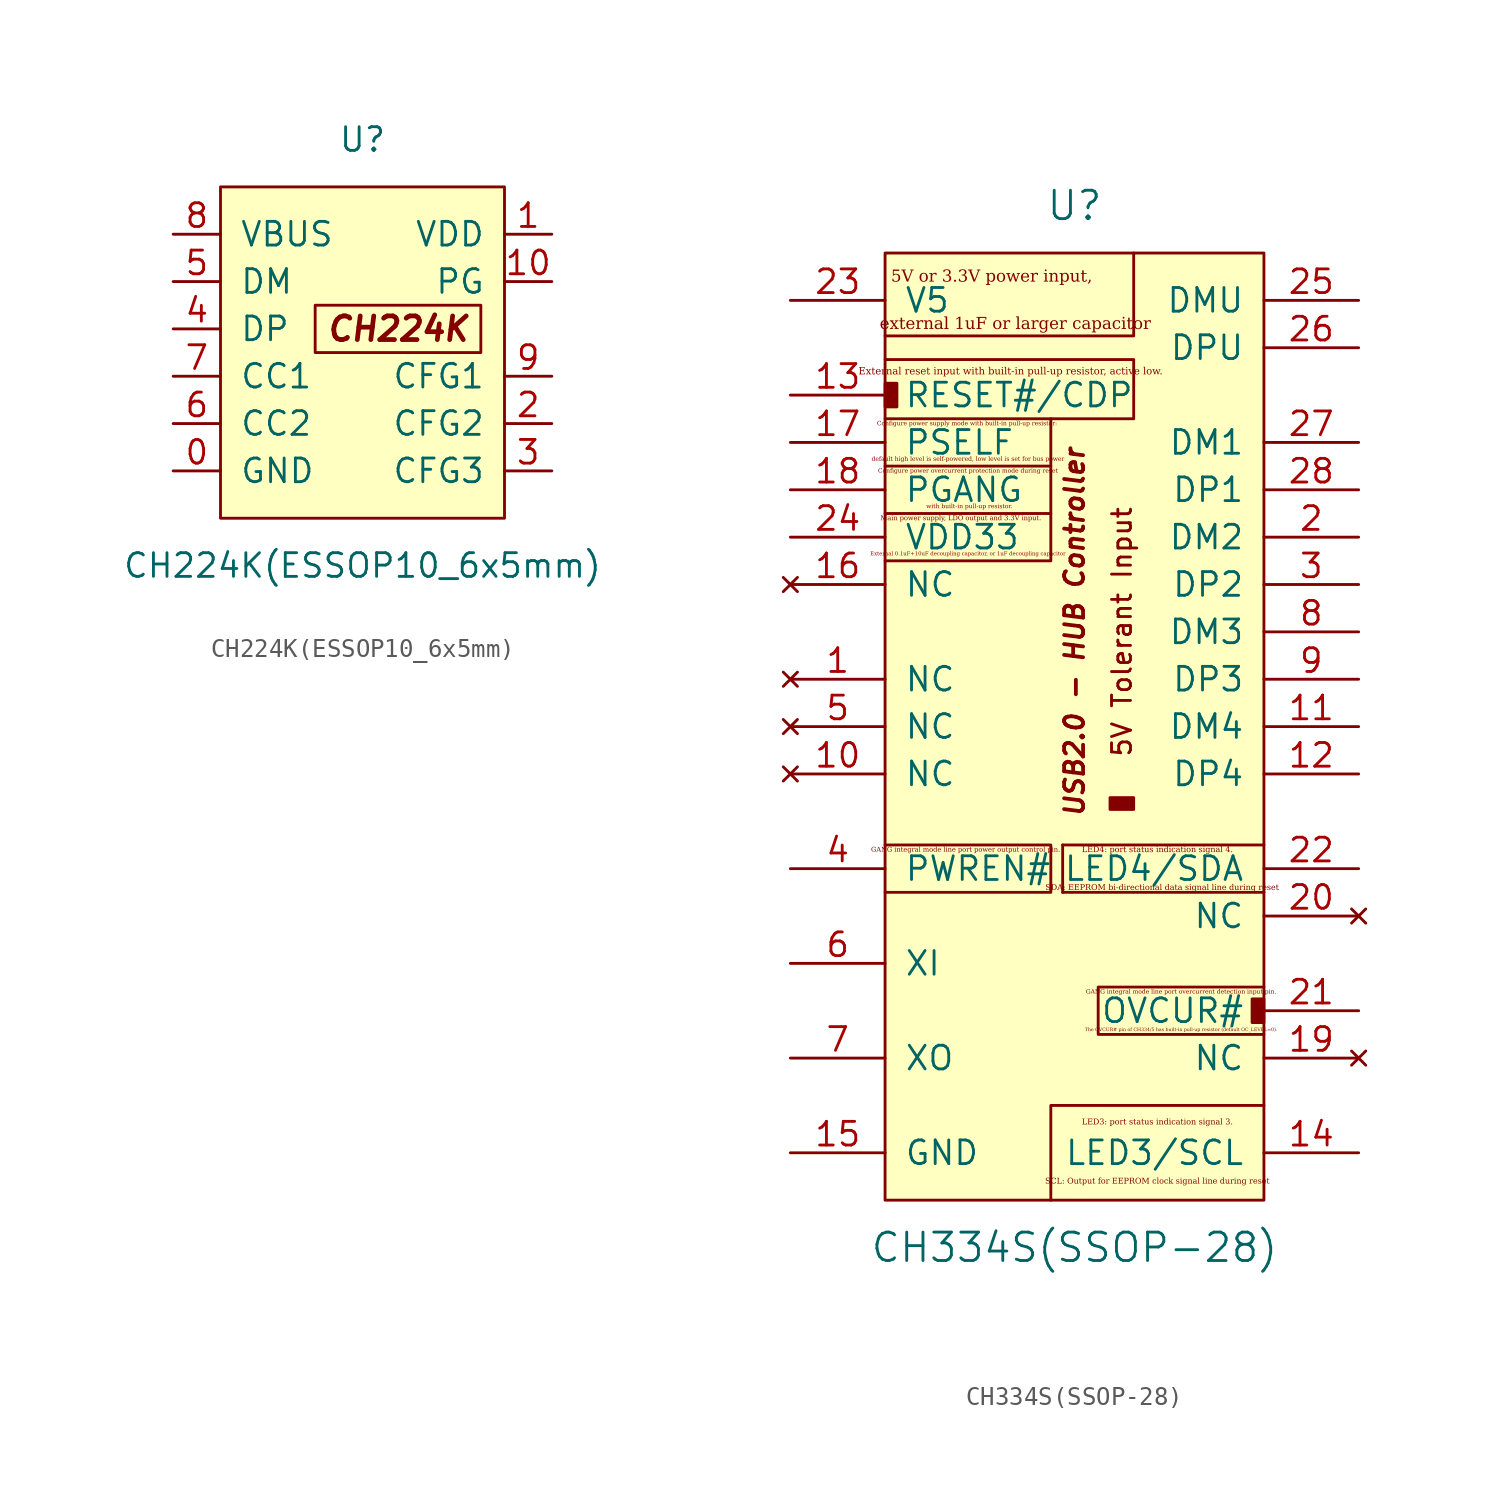
<source format=kicad_sym>
(kicad_symbol_lib
  (version 20220914)
  (generator kicad_symbol_editor)
  (symbol "CH224K(ESSOP10_6x5mm)"
    (pin_names
      (offset 1.016))
    (property "Reference" "U"
      (at 0 10.16 0)
      (effects (font (size 1.27 1.27))))
    (property "Value" "CH224K(ESSOP10_6x5mm)"
      (at 0 -12.7 0)
      (effects (font (size 1.27 1.27))))
    (symbol "CH224K(ESSOP10_6x5mm)_0_0"
      (rectangle (start -2.54 1.27) (end 6.35 -1.27) (stroke (width 0) (type solid)) (fill (type none)))
      (text "CH224K" (at 1.905 0 0) (effects (font (size 1.27 1.27) bold italic))))
    (symbol "CH224K(ESSOP10_6x5mm)_0_1"
      (rectangle (start -7.62 7.62) (end 7.62 -10.16) (stroke (width 0) (type solid)) (fill (type background))))
    (symbol "CH224K(ESSOP10_6x5mm)_1_1"
      (pin power_in line (at -10.16 -7.62 0) (length 2.54) (name "GND" (effects (font (size 1.27 1.27)))) (number "0" (effects (font (size 1.27 1.27)))))
      (pin power_in line (at 10.16 5.08 180) (length 2.54) (name "VDD" (effects (font (size 1.27 1.27)))) (number "1" (effects (font (size 1.27 1.27)))))
      (pin open_collector line (at 10.16 2.54 180) (length 2.54) (name "PG" (effects (font (size 1.27 1.27)))) (number "10" (effects (font (size 1.27 1.27)))))
      (pin input line (at 10.16 -5.08 180) (length 2.54) (name "CFG2" (effects (font (size 1.27 1.27)))) (number "2" (effects (font (size 1.27 1.27)))))
      (pin input line (at 10.16 -7.62 180) (length 2.54) (name "CFG3" (effects (font (size 1.27 1.27)))) (number "3" (effects (font (size 1.27 1.27)))))
      (pin bidirectional line (at -10.16 0 0) (length 2.54) (name "DP" (effects (font (size 1.27 1.27)))) (number "4" (effects (font (size 1.27 1.27)))))
      (pin bidirectional line (at -10.16 2.54 0) (length 2.54) (name "DM" (effects (font (size 1.27 1.27)))) (number "5" (effects (font (size 1.27 1.27)))))
      (pin bidirectional line (at -10.16 -5.08 0) (length 2.54) (name "CC2" (effects (font (size 1.27 1.27)))) (number "6" (effects (font (size 1.27 1.27)))))
      (pin bidirectional line (at -10.16 -2.54 0) (length 2.54) (name "CC1" (effects (font (size 1.27 1.27)))) (number "7" (effects (font (size 1.27 1.27)))))
      (pin input line (at -10.16 5.08 0) (length 2.54) (name "VBUS" (effects (font (size 1.27 1.27)))) (number "8" (effects (font (size 1.27 1.27)))))
      (pin input line (at 10.16 -2.54 180) (length 2.54) (name "CFG1" (effects (font (size 1.27 1.27)))) (number "9" (effects (font (size 1.27 1.27)))))))
  (symbol "CH334S(SSOP-28)"
    (pin_names
      (offset 1.016))
    (property "Reference" "U"
      (at 0 27.94 0)
      (effects (font (size 1.524 1.524))))
    (property "Value" "CH334S(SSOP-28)"
      (at 0 -27.94 0)
      (effects (font (size 1.524 1.524))))
    (symbol "CH334S(SSOP-28)_0_0"
      (rectangle (start -10.16 18.415) (end -9.525 17.145) (stroke (width 0) (type solid)) (fill (type outline)))
      (polyline (pts (xy -1.27 13.97) (xy -1.27 11.43)) (stroke (width 0) (type solid)) (fill (type none)))
      (polyline (pts (xy -0.635 -6.35) (xy -0.635 -8.89)) (stroke (width 0) (type solid)) (fill (type none)))
      (polyline (pts (xy 10.16 -8.89) (xy -0.635 -8.89)) (stroke (width 0) (type solid)) (fill (type none)))
      (polyline (pts (xy 10.16 -6.35) (xy -0.635 -6.35)) (stroke (width 0) (type solid)) (fill (type none)))
      (polyline (pts (xy -10.16 13.97) (xy -1.27 13.97) (xy -1.27 16.51)) (stroke (width 0) (type solid)) (fill (type none)))
      (polyline (pts (xy -10.16 20.955) (xy 3.175 20.955) (xy 3.175 25.4)) (stroke (width 0) (type solid)) (fill (type none)))
      (polyline (pts (xy 10.16 -20.32) (xy -1.27 -20.32) (xy -1.27 -25.4)) (stroke (width 0) (type solid)) (fill (type none)))
      (polyline (pts (xy -10.16 -8.89) (xy -1.27 -8.89) (xy -1.27 -6.35) (xy -10.16 -6.35)) (stroke (width 0) (type solid)) (fill (type none)))
      (polyline (pts (xy -10.16 8.89) (xy -1.27 8.89) (xy -1.27 11.43) (xy -10.16 11.43)) (stroke (width 0) (type solid)) (fill (type none)))
      (polyline (pts (xy -10.16 19.685) (xy 3.175 19.685) (xy 3.175 16.51) (xy -10.16 16.51)) (stroke (width 0) (type solid)) (fill (type none)))
      (polyline (pts (xy 10.16 -16.51) (xy 1.27 -16.51) (xy 1.27 -13.97) (xy 10.16 -13.97)) (stroke (width 0) (type solid)) (fill (type none)))
      (rectangle (start 1.905 -4.445) (end 3.175 -3.81) (stroke (width 0) (type solid)) (fill (type outline)))
      (rectangle (start 9.525 -14.605) (end 10.16 -15.875) (stroke (width 0) (type solid)) (fill (type outline)))
      (text "5V Tolerant Input" (at 2.54 5.08 900) (effects (font (size 1.016 1.016))))
      (text "USB2.0 - HUB Controller" (at 0 5.08 900) (effects (font (size 1.016 1.016) bold italic))))
    (symbol "CH334S(SSOP-28)_0_1"
      (rectangle (start -10.16 25.4) (end 10.16 -25.4) (stroke (width 0) (type solid)) (fill (type background))))
    (symbol "CH334S(SSOP-28)_1_0"
      (text "5V or 3.3V power input," (at -4.445 24.13 0) (effects (font (face "Liberation Serif") (size 0.635 0.635))))
      (text "Configure power overcurrent protection mode during reset" (at -5.715 13.716 0) (effects (font (face "Liberation Serif") (size 0.229 0.229))))
      (text "Configure power supply mode with built-in pull-up resistor: " (at -5.715 16.256 0) (effects (font (face "Liberation Serif") (size 0.229 0.229))))
      (text "default high level is self-powered, low level is set for bus power" (at -5.715 14.351 0) (effects (font (face "Liberation Serif") (size 0.229 0.229))))
      (text "External 0.1uF+10uF decoupling capacitor, or 1uF decoupling capacitor" (at -5.715 9.271 0) (effects (font (face "Liberation Serif") (size 0.203 0.203))))
      (text "external 1uF or larger capacitor" (at -3.175 21.59 0) (effects (font (face "Liberation Serif") (size 0.635 0.635))))
      (text "External reset input with built-in pull-up resistor, active low." (at -3.429 19.05 0) (effects (font (face "Liberation Serif") (size 0.381 0.381))))
      (text "GANG integral mode line port overcurrent detection input pin." (at 5.715 -14.224 0) (effects (font (face "Liberation Serif") (size 0.229 0.229))))
      (text "GANG integral mode line port power output control pin." (at -5.842 -6.604 0) (effects (font (face "Liberation Serif") (size 0.254 0.254))))
      (text "LED3: port status indication signal 3." (at 4.445 -21.209 0) (effects (font (face "Liberation Serif") (size 0.305 0.305))))
      (text "LED4: port status indication signal 4." (at 4.445 -6.604 0) (effects (font (face "Liberation Serif") (size 0.305 0.305))))
      (text "Main power supply, LDO output and 3.3V input." (at -6.096 11.176 0) (effects (font (face "Liberation Serif") (size 0.254 0.254))))
      (text "SCL: Output for EEPROM clock signal line during reset" (at 4.445 -24.384 0) (effects (font (face "Liberation Serif") (size 0.305 0.305))))
      (text "SDA: EEPROM bi-directional data signal line during reset" (at 4.699 -8.636 0) (effects (font (face "Liberation Serif") (size 0.305 0.305))))
      (text "The OVCUR# pin of CH334/5 has built-in pull-up resistor (default OC_LEVEL=0)." (at 5.715 -16.256 0) (effects (font (face "Liberation Serif") (size 0.178 0.178))))
      (text "with built-in pull-up resistor. " (at -5.588 11.811 0) (effects (font (face "Liberation Serif") (size 0.229 0.229)))))
    (symbol "CH334S(SSOP-28)_1_1"
      (pin no_connect line (at -15.24 2.54 0) (length 5.08) (name "NC" (effects (font (size 1.27 1.27)))) (number "1" (effects (font (size 1.27 1.27)))))
      (pin no_connect line (at -15.24 -2.54 0) (length 5.08) (name "NC" (effects (font (size 1.27 1.27)))) (number "10" (effects (font (size 1.27 1.27)))))
      (pin bidirectional line (at 15.24 0 180) (length 5.08) (name "DM4" (effects (font (size 1.27 1.27)))) (number "11" (effects (font (size 1.27 1.27)))))
      (pin bidirectional line (at 15.24 -2.54 180) (length 5.08) (name "DP4" (effects (font (size 1.27 1.27)))) (number "12" (effects (font (size 1.27 1.27)))))
      (pin input line (at -15.24 17.78 0) (length 5.08) (name "RESET#/CDP" (effects (font (size 1.27 1.27)))) (number "13" (effects (font (size 1.27 1.27)))))
      (pin output line (at 15.24 -22.86 180) (length 5.08) (name "LED3/SCL" (effects (font (size 1.27 1.27)))) (number "14" (effects (font (size 1.27 1.27)))))
      (pin power_in line (at -15.24 -22.86 0) (length 5.08) (name "GND" (effects (font (size 1.27 1.27)))) (number "15" (effects (font (size 1.27 1.27)))))
      (pin no_connect line (at -15.24 7.62 0) (length 5.08) (name "NC" (effects (font (size 1.27 1.27)))) (number "16" (effects (font (size 1.27 1.27)))))
      (pin input line (at -15.24 15.24 0) (length 5.08) (name "PSELF" (effects (font (size 1.27 1.27)))) (number "17" (effects (font (size 1.27 1.27)))))
      (pin bidirectional line (at -15.24 12.7 0) (length 5.08) (name "PGANG" (effects (font (size 1.27 1.27)))) (number "18" (effects (font (size 1.27 1.27)))))
      (pin no_connect line (at 15.24 -17.78 180) (length 5.08) (name "NC" (effects (font (size 1.27 1.27)))) (number "19" (effects (font (size 1.27 1.27)))))
      (pin bidirectional line (at 15.24 10.16 180) (length 5.08) (name "DM2" (effects (font (size 1.27 1.27)))) (number "2" (effects (font (size 1.27 1.27)))))
      (pin no_connect line (at 15.24 -10.16 180) (length 5.08) (name "NC" (effects (font (size 1.27 1.27)))) (number "20" (effects (font (size 1.27 1.27)))))
      (pin input line (at 15.24 -15.24 180) (length 5.08) (name "OVCUR#" (effects (font (size 1.27 1.27)))) (number "21" (effects (font (size 1.27 1.27)))))
      (pin bidirectional line (at 15.24 -7.62 180) (length 5.08) (name "LED4/SDA" (effects (font (size 1.27 1.27)))) (number "22" (effects (font (size 1.27 1.27)))))
      (pin power_in line (at -15.24 22.86 0) (length 5.08) (name "V5" (effects (font (size 1.27 1.27)))) (number "23" (effects (font (size 1.27 1.27)))))
      (pin power_out line (at -15.24 10.16 0) (length 5.08) (name "VDD33" (effects (font (size 1.27 1.27)))) (number "24" (effects (font (size 1.27 1.27)))))
      (pin bidirectional line (at 15.24 22.86 180) (length 5.08) (name "DMU" (effects (font (size 1.27 1.27)))) (number "25" (effects (font (size 1.27 1.27)))))
      (pin bidirectional line (at 15.24 20.32 180) (length 5.08) (name "DPU" (effects (font (size 1.27 1.27)))) (number "26" (effects (font (size 1.27 1.27)))))
      (pin bidirectional line (at 15.24 15.24 180) (length 5.08) (name "DM1" (effects (font (size 1.27 1.27)))) (number "27" (effects (font (size 1.27 1.27)))))
      (pin bidirectional line (at 15.24 12.7 180) (length 5.08) (name "DP1" (effects (font (size 1.27 1.27)))) (number "28" (effects (font (size 1.27 1.27)))))
      (pin bidirectional line (at 15.24 7.62 180) (length 5.08) (name "DP2" (effects (font (size 1.27 1.27)))) (number "3" (effects (font (size 1.27 1.27)))))
      (pin output line (at -15.24 -7.62 0) (length 5.08) (name "PWREN#" (effects (font (size 1.27 1.27)))) (number "4" (effects (font (size 1.27 1.27)))))
      (pin no_connect line (at -15.24 0 0) (length 5.08) (name "NC" (effects (font (size 1.27 1.27)))) (number "5" (effects (font (size 1.27 1.27)))))
      (pin input line (at -15.24 -12.7 0) (length 5.08) (name "XI" (effects (font (size 1.27 1.27)))) (number "6" (effects (font (size 1.27 1.27)))))
      (pin output line (at -15.24 -17.78 0) (length 5.08) (name "XO" (effects (font (size 1.27 1.27)))) (number "7" (effects (font (size 1.27 1.27)))))
      (pin bidirectional line (at 15.24 5.08 180) (length 5.08) (name "DM3" (effects (font (size 1.27 1.27)))) (number "8" (effects (font (size 1.27 1.27)))))
      (pin bidirectional line (at 15.24 2.54 180) (length 5.08) (name "DP3" (effects (font (size 1.27 1.27)))) (number "9" (effects (font (size 1.27 1.27))))))))
</source>
